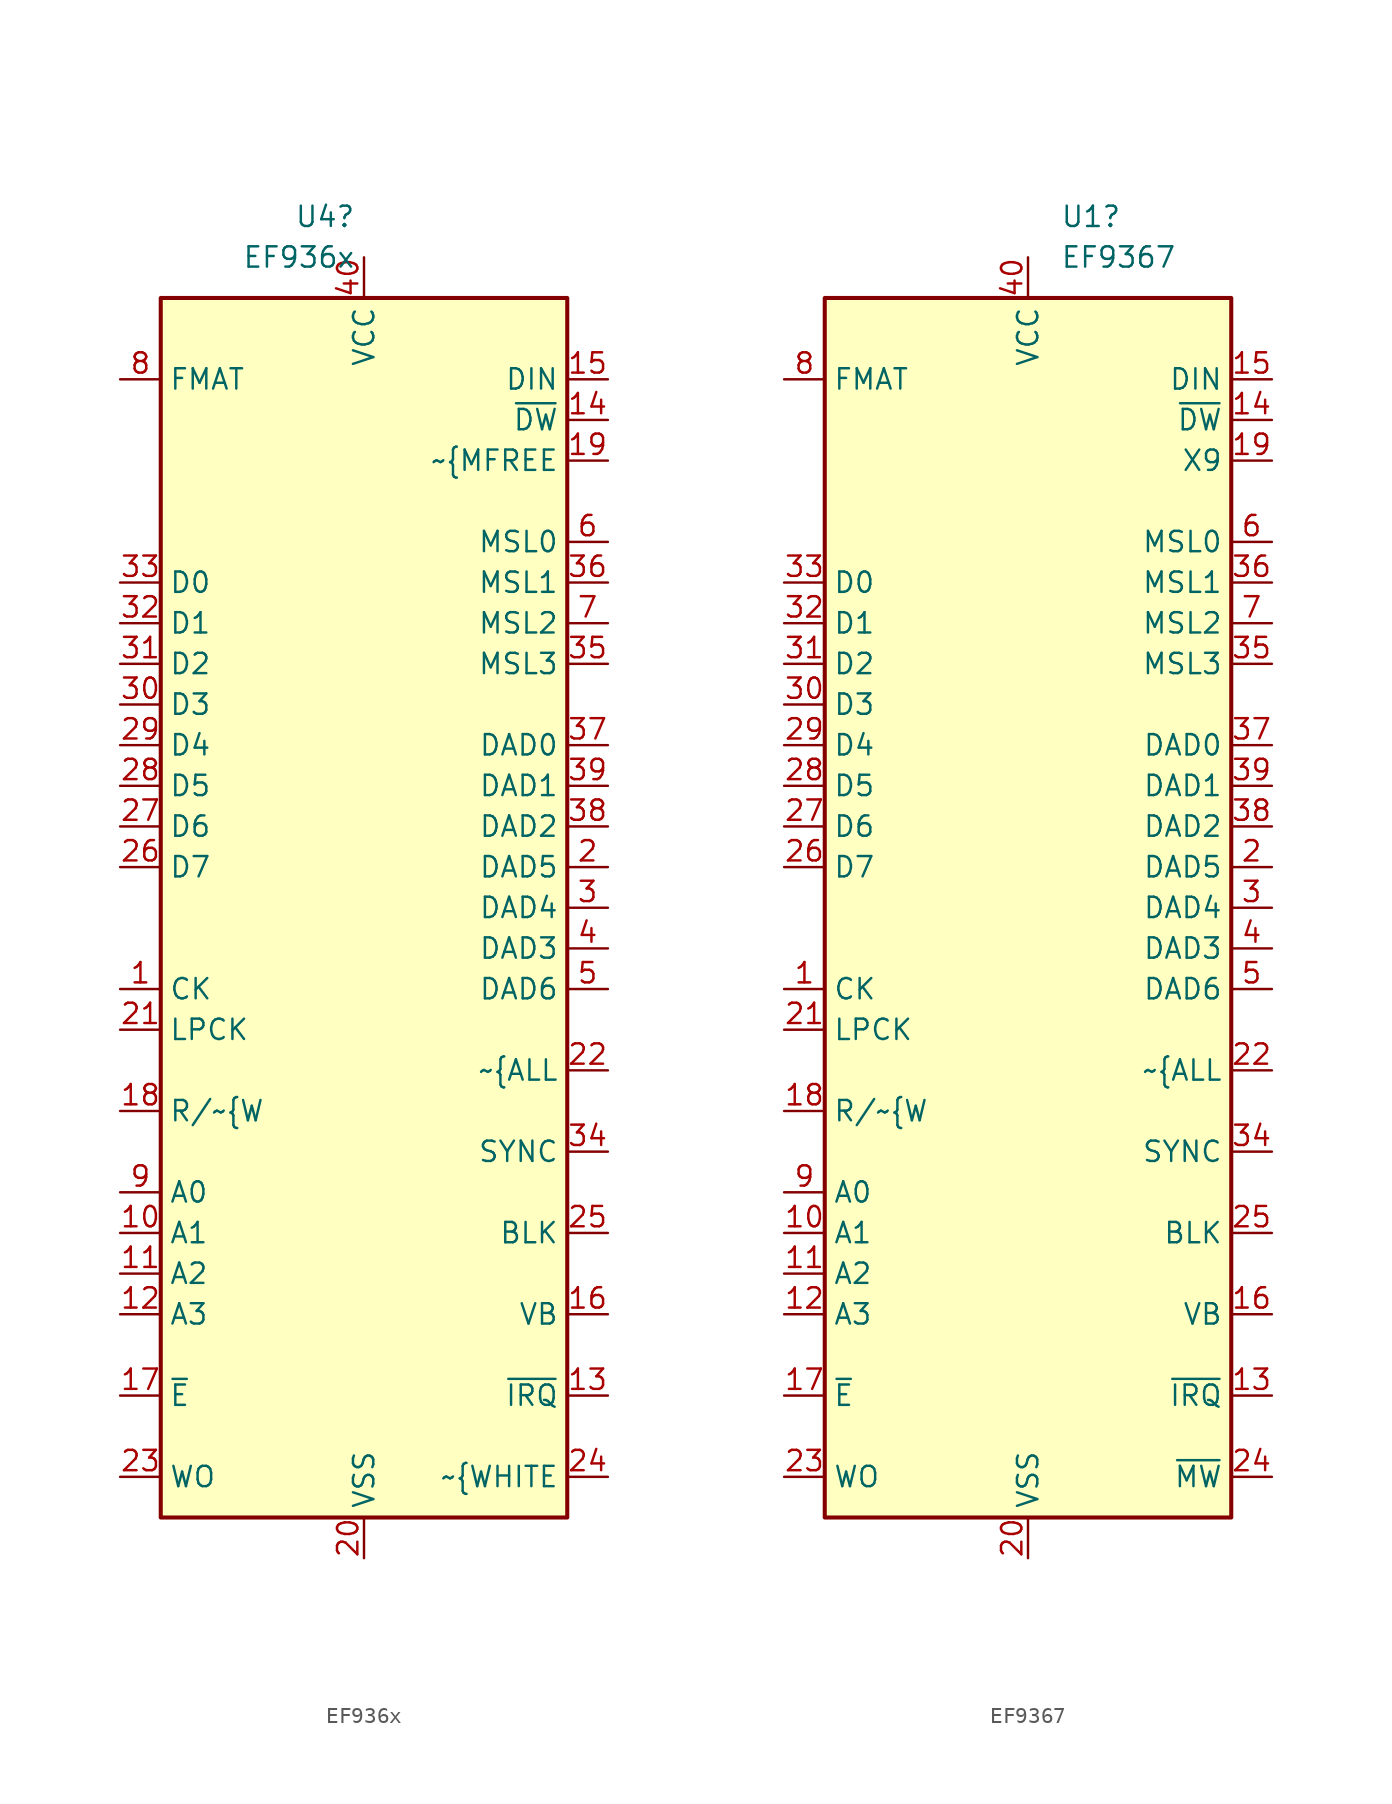
<source format=kicad_sym>
(kicad_symbol_lib
  (version 20220914)
  (generator kicad_symbol_editor)
  (symbol "EF936x"
    (property "Reference" "U4"
      (at -0.521 43.18 0)
      (effects (font (size 1.27 1.27)) (justify right)))
    (property "Value" "EF936x"
      (at -0.521 40.64 0)
      (effects (font (size 1.27 1.27)) (justify right)))
    (symbol "EF936x_0_1"
      (rectangle (start -12.7 38.1) (end 12.7 -38.1) (stroke (width 0.254) (type default)) (fill (type background))))
    (symbol "EF936x_1_1"
      (pin bidirectional line (at -15.24 -5.08 0) (length 2.54) (name "CK" (effects (font (size 1.27 1.27)))) (number "1" (effects (font (size 1.27 1.27)))))
      (pin bidirectional line (at -15.24 -20.32 0) (length 2.54) (name "A1" (effects (font (size 1.27 1.27)))) (number "10" (effects (font (size 1.27 1.27)))))
      (pin bidirectional line (at -15.24 -22.86 0) (length 2.54) (name "A2" (effects (font (size 1.27 1.27)))) (number "11" (effects (font (size 1.27 1.27)))))
      (pin bidirectional line (at -15.24 -25.4 0) (length 2.54) (name "A3" (effects (font (size 1.27 1.27)))) (number "12" (effects (font (size 1.27 1.27)))))
      (pin bidirectional line (at 15.24 -30.48 180) (length 2.54) (name "~{IRQ}" (effects (font (size 1.27 1.27)))) (number "13" (effects (font (size 1.27 1.27)))))
      (pin bidirectional line (at 15.24 30.48 180) (length 2.54) (name "~{DW}" (effects (font (size 1.27 1.27)))) (number "14" (effects (font (size 1.27 1.27)))))
      (pin bidirectional line (at 15.24 33.02 180) (length 2.54) (name "DIN" (effects (font (size 1.27 1.27)))) (number "15" (effects (font (size 1.27 1.27)))))
      (pin bidirectional line (at 15.24 -25.4 180) (length 2.54) (name "VB" (effects (font (size 1.27 1.27)))) (number "16" (effects (font (size 1.27 1.27)))))
      (pin bidirectional line (at -15.24 -30.48 0) (length 2.54) (name "~{E}" (effects (font (size 1.27 1.27)))) (number "17" (effects (font (size 1.27 1.27)))))
      (pin bidirectional line (at -15.24 -12.7 0) (length 2.54) (name "R/~{W" (effects (font (size 1.27 1.27)))) (number "18" (effects (font (size 1.27 1.27)))))
      (pin bidirectional line (at 15.24 27.94 180) (length 2.54) (name "~{MFREE" (effects (font (size 1.27 1.27)))) (number "19" (effects (font (size 1.27 1.27)))))
      (pin bidirectional line (at 15.24 2.54 180) (length 2.54) (name "DAD5" (effects (font (size 1.27 1.27)))) (number "2" (effects (font (size 1.27 1.27)))))
      (pin power_in line (at 0 -40.64 90) (length 2.54) (name "VSS" (effects (font (size 1.27 1.27)))) (number "20" (effects (font (size 1.27 1.27)))))
      (pin bidirectional line (at -15.24 -7.62 0) (length 2.54) (name "LPCK" (effects (font (size 1.27 1.27)))) (number "21" (effects (font (size 1.27 1.27)))))
      (pin bidirectional line (at 15.24 -10.16 180) (length 2.54) (name "~{ALL" (effects (font (size 1.27 1.27)))) (number "22" (effects (font (size 1.27 1.27)))))
      (pin bidirectional line (at -15.24 -35.56 0) (length 2.54) (name "WO" (effects (font (size 1.27 1.27)))) (number "23" (effects (font (size 1.27 1.27)))))
      (pin bidirectional line (at 15.24 -35.56 180) (length 2.54) (name "~{WHITE" (effects (font (size 1.27 1.27)))) (number "24" (effects (font (size 1.27 1.27)))))
      (pin bidirectional line (at 15.24 -20.32 180) (length 2.54) (name "BLK" (effects (font (size 1.27 1.27)))) (number "25" (effects (font (size 1.27 1.27)))))
      (pin bidirectional line (at -15.24 2.54 0) (length 2.54) (name "D7" (effects (font (size 1.27 1.27)))) (number "26" (effects (font (size 1.27 1.27)))))
      (pin bidirectional line (at -15.24 5.08 0) (length 2.54) (name "D6" (effects (font (size 1.27 1.27)))) (number "27" (effects (font (size 1.27 1.27)))))
      (pin bidirectional line (at -15.24 7.62 0) (length 2.54) (name "D5" (effects (font (size 1.27 1.27)))) (number "28" (effects (font (size 1.27 1.27)))))
      (pin bidirectional line (at -15.24 10.16 0) (length 2.54) (name "D4" (effects (font (size 1.27 1.27)))) (number "29" (effects (font (size 1.27 1.27)))))
      (pin bidirectional line (at 15.24 0 180) (length 2.54) (name "DAD4" (effects (font (size 1.27 1.27)))) (number "3" (effects (font (size 1.27 1.27)))))
      (pin bidirectional line (at -15.24 12.7 0) (length 2.54) (name "D3" (effects (font (size 1.27 1.27)))) (number "30" (effects (font (size 1.27 1.27)))))
      (pin bidirectional line (at -15.24 15.24 0) (length 2.54) (name "D2" (effects (font (size 1.27 1.27)))) (number "31" (effects (font (size 1.27 1.27)))))
      (pin bidirectional line (at -15.24 17.78 0) (length 2.54) (name "D1" (effects (font (size 1.27 1.27)))) (number "32" (effects (font (size 1.27 1.27)))))
      (pin bidirectional line (at -15.24 20.32 0) (length 2.54) (name "D0" (effects (font (size 1.27 1.27)))) (number "33" (effects (font (size 1.27 1.27)))))
      (pin bidirectional line (at 15.24 -15.24 180) (length 2.54) (name "SYNC" (effects (font (size 1.27 1.27)))) (number "34" (effects (font (size 1.27 1.27)))))
      (pin bidirectional line (at 15.24 15.24 180) (length 2.54) (name "MSL3" (effects (font (size 1.27 1.27)))) (number "35" (effects (font (size 1.27 1.27)))))
      (pin bidirectional line (at 15.24 20.32 180) (length 2.54) (name "MSL1" (effects (font (size 1.27 1.27)))) (number "36" (effects (font (size 1.27 1.27)))))
      (pin bidirectional line (at 15.24 10.16 180) (length 2.54) (name "DAD0" (effects (font (size 1.27 1.27)))) (number "37" (effects (font (size 1.27 1.27)))))
      (pin bidirectional line (at 15.24 5.08 180) (length 2.54) (name "DAD2" (effects (font (size 1.27 1.27)))) (number "38" (effects (font (size 1.27 1.27)))))
      (pin bidirectional line (at 15.24 7.62 180) (length 2.54) (name "DAD1" (effects (font (size 1.27 1.27)))) (number "39" (effects (font (size 1.27 1.27)))))
      (pin bidirectional line (at 15.24 -2.54 180) (length 2.54) (name "DAD3" (effects (font (size 1.27 1.27)))) (number "4" (effects (font (size 1.27 1.27)))))
      (pin power_in line (at 0 40.64 270) (length 2.54) (name "VCC" (effects (font (size 1.27 1.27)))) (number "40" (effects (font (size 1.27 1.27)))))
      (pin bidirectional line (at 15.24 -5.08 180) (length 2.54) (name "DAD6" (effects (font (size 1.27 1.27)))) (number "5" (effects (font (size 1.27 1.27)))))
      (pin bidirectional line (at 15.24 22.86 180) (length 2.54) (name "MSL0" (effects (font (size 1.27 1.27)))) (number "6" (effects (font (size 1.27 1.27)))))
      (pin bidirectional line (at 15.24 17.78 180) (length 2.54) (name "MSL2" (effects (font (size 1.27 1.27)))) (number "7" (effects (font (size 1.27 1.27)))))
      (pin bidirectional line (at -15.24 33.02 0) (length 2.54) (name "FMAT" (effects (font (size 1.27 1.27)))) (number "8" (effects (font (size 1.27 1.27)))))
      (pin bidirectional line (at -15.24 -17.78 0) (length 2.54) (name "A0" (effects (font (size 1.27 1.27)))) (number "9" (effects (font (size 1.27 1.27)))))))
  (symbol "EF9367"
    (property "Reference" "U1"
      (at 2.019 43.18 0)
      (effects (font (size 1.27 1.27)) (justify left)))
    (property "Value" "EF9367"
      (at 2.019 40.64 0)
      (effects (font (size 1.27 1.27)) (justify left)))
    (symbol "EF9367_0_1"
      (rectangle (start -12.7 38.1) (end 12.7 -38.1) (stroke (width 0.254) (type default)) (fill (type background))))
    (symbol "EF9367_1_1"
      (pin input line (at -15.24 -5.08 0) (length 2.54) (name "CK" (effects (font (size 1.27 1.27)))) (number "1" (effects (font (size 1.27 1.27)))))
      (pin input line (at -15.24 -20.32 0) (length 2.54) (name "A1" (effects (font (size 1.27 1.27)))) (number "10" (effects (font (size 1.27 1.27)))))
      (pin input line (at -15.24 -22.86 0) (length 2.54) (name "A2" (effects (font (size 1.27 1.27)))) (number "11" (effects (font (size 1.27 1.27)))))
      (pin input line (at -15.24 -25.4 0) (length 2.54) (name "A3" (effects (font (size 1.27 1.27)))) (number "12" (effects (font (size 1.27 1.27)))))
      (pin output line (at 15.24 -30.48 180) (length 2.54) (name "~{IRQ}" (effects (font (size 1.27 1.27)))) (number "13" (effects (font (size 1.27 1.27)))))
      (pin output line (at 15.24 30.48 180) (length 2.54) (name "~{DW}" (effects (font (size 1.27 1.27)))) (number "14" (effects (font (size 1.27 1.27)))))
      (pin output line (at 15.24 33.02 180) (length 2.54) (name "DIN" (effects (font (size 1.27 1.27)))) (number "15" (effects (font (size 1.27 1.27)))))
      (pin output line (at 15.24 -25.4 180) (length 2.54) (name "VB" (effects (font (size 1.27 1.27)))) (number "16" (effects (font (size 1.27 1.27)))))
      (pin input line (at -15.24 -30.48 0) (length 2.54) (name "~{E}" (effects (font (size 1.27 1.27)))) (number "17" (effects (font (size 1.27 1.27)))))
      (pin input line (at -15.24 -12.7 0) (length 2.54) (name "R/~{W" (effects (font (size 1.27 1.27)))) (number "18" (effects (font (size 1.27 1.27)))))
      (pin output line (at 15.24 27.94 180) (length 2.54) (name "X9" (effects (font (size 1.27 1.27)))) (number "19" (effects (font (size 1.27 1.27)))))
      (pin output line (at 15.24 2.54 180) (length 2.54) (name "DAD5" (effects (font (size 1.27 1.27)))) (number "2" (effects (font (size 1.27 1.27)))))
      (pin power_in line (at 0 -40.64 90) (length 2.54) (name "VSS" (effects (font (size 1.27 1.27)))) (number "20" (effects (font (size 1.27 1.27)))))
      (pin input line (at -15.24 -7.62 0) (length 2.54) (name "LPCK" (effects (font (size 1.27 1.27)))) (number "21" (effects (font (size 1.27 1.27)))))
      (pin output line (at 15.24 -10.16 180) (length 2.54) (name "~{ALL" (effects (font (size 1.27 1.27)))) (number "22" (effects (font (size 1.27 1.27)))))
      (pin input line (at -15.24 -35.56 0) (length 2.54) (name "WO" (effects (font (size 1.27 1.27)))) (number "23" (effects (font (size 1.27 1.27)))))
      (pin output line (at 15.24 -35.56 180) (length 2.54) (name "~{MW}" (effects (font (size 1.27 1.27)))) (number "24" (effects (font (size 1.27 1.27)))))
      (pin output line (at 15.24 -20.32 180) (length 2.54) (name "BLK" (effects (font (size 1.27 1.27)))) (number "25" (effects (font (size 1.27 1.27)))))
      (pin bidirectional line (at -15.24 2.54 0) (length 2.54) (name "D7" (effects (font (size 1.27 1.27)))) (number "26" (effects (font (size 1.27 1.27)))))
      (pin bidirectional line (at -15.24 5.08 0) (length 2.54) (name "D6" (effects (font (size 1.27 1.27)))) (number "27" (effects (font (size 1.27 1.27)))))
      (pin bidirectional line (at -15.24 7.62 0) (length 2.54) (name "D5" (effects (font (size 1.27 1.27)))) (number "28" (effects (font (size 1.27 1.27)))))
      (pin bidirectional line (at -15.24 10.16 0) (length 2.54) (name "D4" (effects (font (size 1.27 1.27)))) (number "29" (effects (font (size 1.27 1.27)))))
      (pin output line (at 15.24 0 180) (length 2.54) (name "DAD4" (effects (font (size 1.27 1.27)))) (number "3" (effects (font (size 1.27 1.27)))))
      (pin bidirectional line (at -15.24 12.7 0) (length 2.54) (name "D3" (effects (font (size 1.27 1.27)))) (number "30" (effects (font (size 1.27 1.27)))))
      (pin bidirectional line (at -15.24 15.24 0) (length 2.54) (name "D2" (effects (font (size 1.27 1.27)))) (number "31" (effects (font (size 1.27 1.27)))))
      (pin bidirectional line (at -15.24 17.78 0) (length 2.54) (name "D1" (effects (font (size 1.27 1.27)))) (number "32" (effects (font (size 1.27 1.27)))))
      (pin bidirectional line (at -15.24 20.32 0) (length 2.54) (name "D0" (effects (font (size 1.27 1.27)))) (number "33" (effects (font (size 1.27 1.27)))))
      (pin output line (at 15.24 -15.24 180) (length 2.54) (name "SYNC" (effects (font (size 1.27 1.27)))) (number "34" (effects (font (size 1.27 1.27)))))
      (pin output line (at 15.24 15.24 180) (length 2.54) (name "MSL3" (effects (font (size 1.27 1.27)))) (number "35" (effects (font (size 1.27 1.27)))))
      (pin output line (at 15.24 20.32 180) (length 2.54) (name "MSL1" (effects (font (size 1.27 1.27)))) (number "36" (effects (font (size 1.27 1.27)))))
      (pin output line (at 15.24 10.16 180) (length 2.54) (name "DAD0" (effects (font (size 1.27 1.27)))) (number "37" (effects (font (size 1.27 1.27)))))
      (pin output line (at 15.24 5.08 180) (length 2.54) (name "DAD2" (effects (font (size 1.27 1.27)))) (number "38" (effects (font (size 1.27 1.27)))))
      (pin output line (at 15.24 7.62 180) (length 2.54) (name "DAD1" (effects (font (size 1.27 1.27)))) (number "39" (effects (font (size 1.27 1.27)))))
      (pin output line (at 15.24 -2.54 180) (length 2.54) (name "DAD3" (effects (font (size 1.27 1.27)))) (number "4" (effects (font (size 1.27 1.27)))))
      (pin power_in line (at 0 40.64 270) (length 2.54) (name "VCC" (effects (font (size 1.27 1.27)))) (number "40" (effects (font (size 1.27 1.27)))))
      (pin output line (at 15.24 -5.08 180) (length 2.54) (name "DAD6" (effects (font (size 1.27 1.27)))) (number "5" (effects (font (size 1.27 1.27)))))
      (pin output line (at 15.24 22.86 180) (length 2.54) (name "MSL0" (effects (font (size 1.27 1.27)))) (number "6" (effects (font (size 1.27 1.27)))))
      (pin output line (at 15.24 17.78 180) (length 2.54) (name "MSL2" (effects (font (size 1.27 1.27)))) (number "7" (effects (font (size 1.27 1.27)))))
      (pin input line (at -15.24 33.02 0) (length 2.54) (name "FMAT" (effects (font (size 1.27 1.27)))) (number "8" (effects (font (size 1.27 1.27)))))
      (pin input line (at -15.24 -17.78 0) (length 2.54) (name "A0" (effects (font (size 1.27 1.27)))) (number "9" (effects (font (size 1.27 1.27))))))))
</source>
